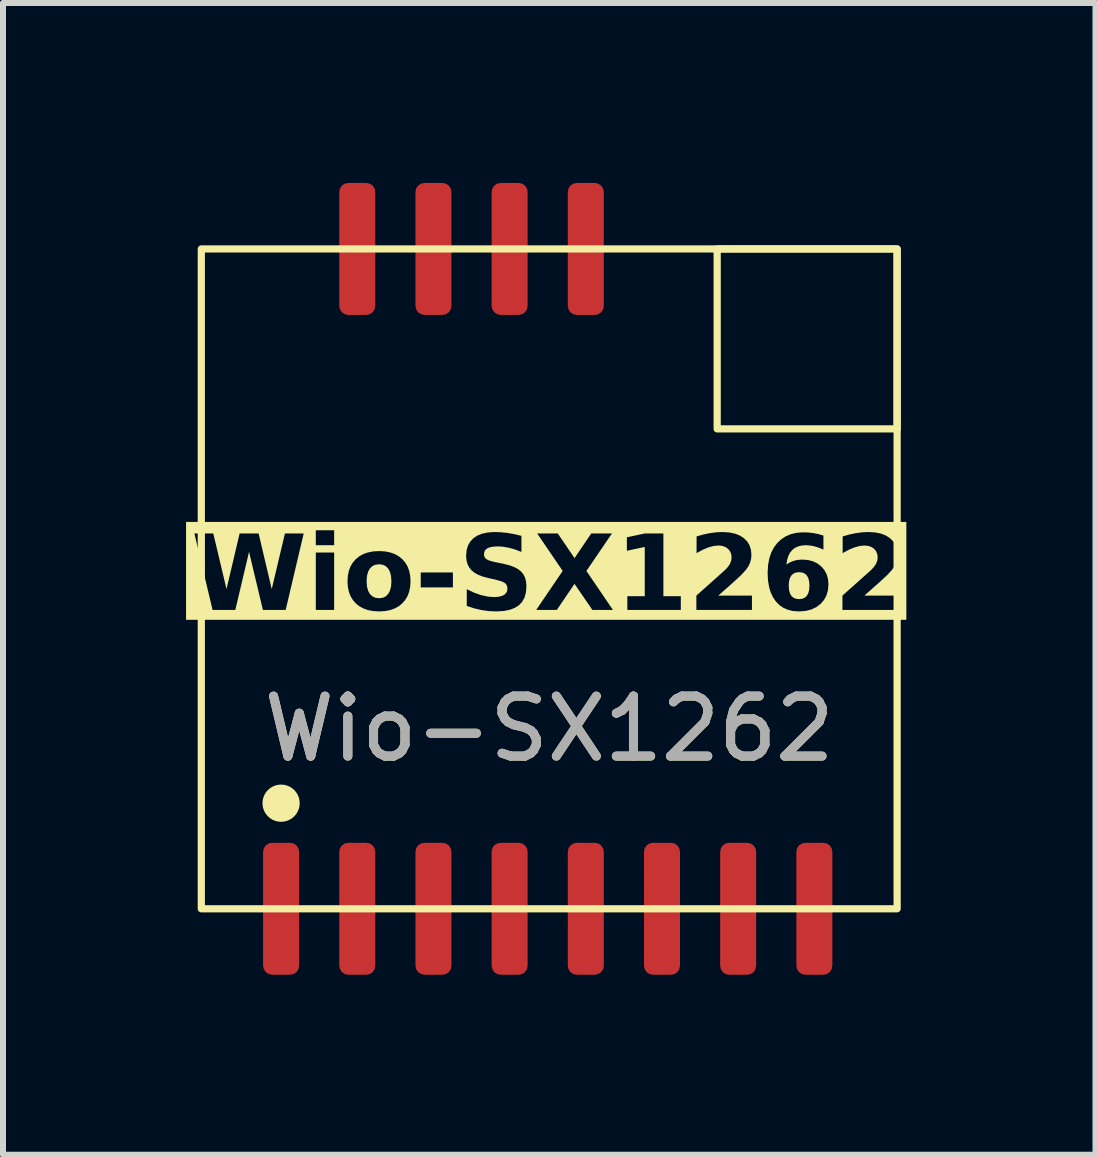
<source format=kicad_pcb>
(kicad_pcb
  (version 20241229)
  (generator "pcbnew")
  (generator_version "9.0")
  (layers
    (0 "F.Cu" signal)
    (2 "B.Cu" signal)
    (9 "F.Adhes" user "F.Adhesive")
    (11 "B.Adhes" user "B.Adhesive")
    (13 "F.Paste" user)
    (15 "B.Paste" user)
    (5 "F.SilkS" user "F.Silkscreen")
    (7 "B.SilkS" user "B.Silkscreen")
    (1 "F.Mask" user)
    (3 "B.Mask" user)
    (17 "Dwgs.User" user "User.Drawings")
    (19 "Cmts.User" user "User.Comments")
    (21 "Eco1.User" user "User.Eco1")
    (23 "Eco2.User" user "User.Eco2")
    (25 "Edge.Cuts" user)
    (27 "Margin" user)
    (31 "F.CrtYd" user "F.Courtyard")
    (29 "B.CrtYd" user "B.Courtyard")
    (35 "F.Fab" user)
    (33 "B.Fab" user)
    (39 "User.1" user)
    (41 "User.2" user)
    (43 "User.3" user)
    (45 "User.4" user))
  (footprint "Wio-SX1262"
    (layer "F.Cu")
    (at 6.106 6.6)
    (property "Reference" "Wio-SX1262" (at 0 2.5 0) (unlocked yes) (layer "F.SilkS") (effects (font (size 1 1) (thickness 0.15))))
    (attr smd)
    (fp_rect (start -5.8 -5.5) (end 5.8 5.5) (stroke (width 0.12) (type default)) (fill no) (layer "F.SilkS"))
    (fp_rect (start 5.8 -5.5) (end 2.8 -2.5) (stroke (width 0.12) (type default)) (fill no) (layer "F.SilkS"))
    (fp_circle (center -4.47 3.74) (end -4.22 3.74) (stroke (width 0.12) (type solid)) (fill yes) (layer "F.SilkS"))
    (fp_text user "Wio-SX1262" (at 0 0 0) (unlocked yes) (layer "F.SilkS" knockout) (effects (font (face "Space Grotesk") (size 1.25 1.25) (thickness 0.25) (bold yes))))
    (fp_text user "${REFERENCE}" (at 0 2.5 0) (unlocked yes) (layer "F.Fab") (effects (font (size 1 1) (thickness 0.15))))
    (pad "1" smd roundrect (at -4.47 5.5) (size 0.6 2.2) (layers "F.Cu" "F.Mask" "F.Paste") (roundrect_rratio 0.25))
    (pad "2" smd roundrect (at -3.2 5.5) (size 0.6 2.2) (layers "F.Cu" "F.Mask" "F.Paste") (roundrect_rratio 0.25))
    (pad "3" smd roundrect (at -1.93 5.5) (size 0.6 2.2) (layers "F.Cu" "F.Mask" "F.Paste") (roundrect_rratio 0.25))
    (pad "4" smd roundrect (at -0.66 5.5) (size 0.6 2.2) (layers "F.Cu" "F.Mask" "F.Paste") (roundrect_rratio 0.25))
    (pad "5" smd roundrect (at 0.61 5.5) (size 0.6 2.2) (layers "F.Cu" "F.Mask" "F.Paste") (roundrect_rratio 0.25))
    (pad "6" smd roundrect (at 1.88 5.5) (size 0.6 2.2) (layers "F.Cu" "F.Mask" "F.Paste") (roundrect_rratio 0.25))
    (pad "7" smd roundrect (at 3.15 5.5) (size 0.6 2.2) (layers "F.Cu" "F.Mask" "F.Paste") (roundrect_rratio 0.25))
    (pad "8" smd roundrect (at 4.42 5.5) (size 0.6 2.2) (layers "F.Cu" "F.Mask" "F.Paste") (roundrect_rratio 0.25))
    (pad "9" smd roundrect (at 0.61 -5.5) (size 0.6 2.2) (layers "F.Cu" "F.Mask" "F.Paste") (roundrect_rratio 0.25))
    (pad "10" smd roundrect (at -0.66 -5.5) (size 0.6 2.2) (layers "F.Cu" "F.Mask" "F.Paste") (roundrect_rratio 0.25))
    (pad "11" smd roundrect (at -1.93 -5.5) (size 0.6 2.2) (layers "F.Cu" "F.Mask" "F.Paste") (roundrect_rratio 0.25))
    (pad "12" smd roundrect (at -3.2 -5.5) (size 0.6 2.2) (layers "F.Cu" "F.Mask" "F.Paste") (roundrect_rratio 0.25)))
  (gr_rect
    (start -3 -3)
    (end 15.213 16.2)
    (stroke (width 0.1) (type default))
    (fill no)
    (layer "Edge.Cuts")))
</source>
